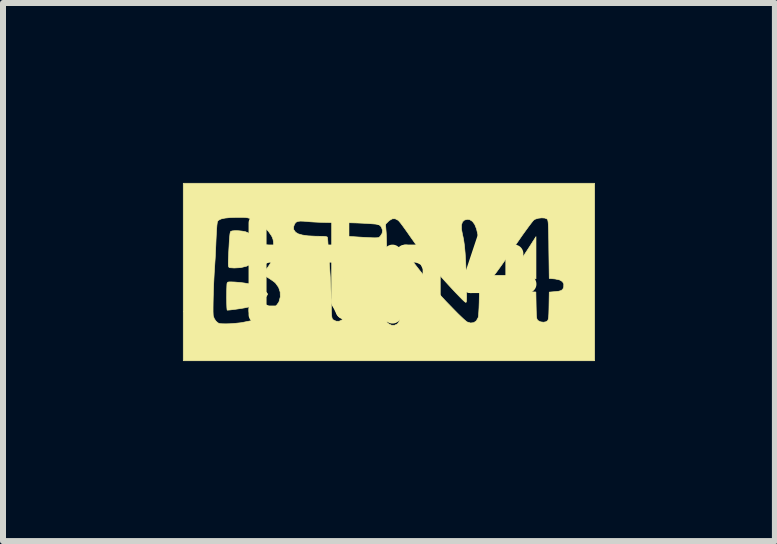
<source format=kicad_pcb>
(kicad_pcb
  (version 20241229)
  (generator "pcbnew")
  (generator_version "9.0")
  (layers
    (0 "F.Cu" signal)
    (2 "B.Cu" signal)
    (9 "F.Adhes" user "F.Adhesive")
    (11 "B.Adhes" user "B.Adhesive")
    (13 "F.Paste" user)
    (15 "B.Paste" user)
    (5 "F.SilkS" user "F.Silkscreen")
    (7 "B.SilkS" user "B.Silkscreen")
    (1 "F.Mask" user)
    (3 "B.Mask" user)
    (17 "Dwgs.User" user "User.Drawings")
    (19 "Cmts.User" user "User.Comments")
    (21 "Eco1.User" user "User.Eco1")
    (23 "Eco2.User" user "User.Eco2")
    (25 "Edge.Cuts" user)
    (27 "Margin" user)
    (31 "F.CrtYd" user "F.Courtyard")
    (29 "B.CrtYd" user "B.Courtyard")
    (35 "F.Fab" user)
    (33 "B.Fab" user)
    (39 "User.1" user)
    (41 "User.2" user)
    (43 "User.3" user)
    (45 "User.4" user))
  (footprint "btn4"
    (layer "F.Cu")
    (at 3.421 1.505)
    (property "Reference" "btn4" (at 0 0 0) (layer "F.SilkS") (effects (font (size 1.524 1.524) (thickness 0.3))))
    (attr through_hole)
    (fp_poly (pts (xy 2.465 -0.258) (xy 2.465 0.094) (xy 2.415 0.091) (xy 2.382 0.089) (xy 2.329 0.088) (xy 2.265 0.086) (xy 2.195 0.084) (xy 2.194 0.084) (xy 2.13 0.082) (xy 2.076 0.079) (xy 2.039 0.077) (xy 2.023 0.074) (xy 2.023 0.074) (xy 2.03 0.062) (xy 2.05 0.03) (xy 2.08 -0.017) (xy 2.119 -0.078) (xy 2.165 -0.149) (xy 2.201 -0.204) (xy 2.254 -0.284) (xy 2.304 -0.36) (xy 2.349 -0.429) (xy 2.386 -0.487) (xy 2.412 -0.528) (xy 2.422 -0.543) (xy 2.465 -0.61) (xy 2.465 -0.258)) (stroke (width 0.01) (type solid)) (fill yes) (layer "F.SilkS"))
    (fp_poly (pts (xy -2.492 -0.708) (xy -2.434 -0.702) (xy -2.382 -0.692) (xy -2.374 -0.69) (xy -2.299 -0.657) (xy -2.228 -0.609) (xy -2.171 -0.552) (xy -2.16 -0.537) (xy -2.137 -0.48) (xy -2.129 -0.412) (xy -2.139 -0.34) (xy -2.158 -0.286) (xy -2.206 -0.215) (xy -2.275 -0.159) (xy -2.361 -0.117) (xy -2.459 -0.093) (xy -2.567 -0.087) (xy -2.609 -0.09) (xy -2.628 -0.091) (xy -2.642 -0.092) (xy -2.652 -0.097) (xy -2.66 -0.109) (xy -2.664 -0.13) (xy -2.665 -0.164) (xy -2.664 -0.213) (xy -2.661 -0.281) (xy -2.657 -0.371) (xy -2.653 -0.441) (xy -2.648 -0.537) (xy -2.642 -0.608) (xy -2.637 -0.657) (xy -2.63 -0.687) (xy -2.623 -0.698) (xy -2.595 -0.706) (xy -2.548 -0.71) (xy -2.492 -0.708)) (stroke (width 0.01) (type solid)) (fill yes) (layer "F.SilkS"))
    (fp_poly (pts (xy -2.56 0.147) (xy -2.534 0.149) (xy -2.464 0.155) (xy -2.394 0.164) (xy -2.335 0.174) (xy -2.31 0.18) (xy -2.242 0.203) (xy -2.175 0.232) (xy -2.114 0.263) (xy -2.062 0.295) (xy -2.026 0.323) (xy -2.01 0.347) (xy -2.009 0.351) (xy -2.018 0.366) (xy -2.039 0.394) (xy -2.056 0.413) (xy -2.117 0.466) (xy -2.196 0.513) (xy -2.287 0.551) (xy -2.344 0.567) (xy -2.389 0.577) (xy -2.448 0.587) (xy -2.515 0.597) (xy -2.581 0.606) (xy -2.639 0.613) (xy -2.679 0.616) (xy -2.683 0.616) (xy -2.686 0.604) (xy -2.689 0.569) (xy -2.691 0.516) (xy -2.692 0.45) (xy -2.693 0.405) (xy -2.692 0.331) (xy -2.691 0.264) (xy -2.689 0.211) (xy -2.687 0.177) (xy -2.685 0.167) (xy -2.68 0.156) (xy -2.67 0.148) (xy -2.65 0.145) (xy -2.615 0.145) (xy -2.56 0.147)) (stroke (width 0.01) (type solid)) (fill yes) (layer "F.SilkS"))
    (fp_poly (pts (xy 3.443 1.46) (xy -3.416 1.46) (xy -3.416 0.575) (xy -2.919 0.575) (xy -2.919 0.643) (xy -2.917 0.691) (xy -2.915 0.713) (xy -2.898 0.758) (xy -2.869 0.8) (xy -2.865 0.803) (xy -2.845 0.822) (xy -2.825 0.834) (xy -2.8 0.841) (xy -2.763 0.843) (xy -2.705 0.844) (xy -2.702 0.844) (xy -2.63 0.842) (xy -2.546 0.835) (xy -2.466 0.827) (xy -2.445 0.824) (xy -2.285 0.792) (xy -2.148 0.748) (xy -2.075 0.716) (xy -2.023 0.683) (xy -1.965 0.638) (xy -1.909 0.587) (xy -1.861 0.535) (xy -1.827 0.489) (xy -1.82 0.476) (xy -1.798 0.395) (xy -1.8 0.314) (xy -1.826 0.236) (xy -1.875 0.168) (xy -1.884 0.158) (xy -1.913 0.135) (xy -1.956 0.105) (xy -2.004 0.074) (xy -2.05 0.046) (xy -2.085 0.027) (xy -2.095 0.023) (xy -2.094 0.011) (xy -2.078 -0.014) (xy -2.049 -0.048) (xy -2.045 -0.052) (xy -2.005 -0.101) (xy -1.967 -0.158) (xy -1.945 -0.198) (xy -1.928 -0.237) (xy -1.918 -0.272) (xy -1.912 -0.312) (xy -1.91 -0.365) (xy -1.909 -0.415) (xy -1.91 -0.481) (xy -1.913 -0.528) (xy -1.919 -0.563) (xy -1.93 -0.594) (xy -1.944 -0.623) (xy -1.997 -0.699) (xy -2.064 -0.767) (xy -1.579 -0.767) (xy -1.573 -0.725) (xy -1.544 -0.685) (xy -1.544 -0.684) (xy -1.5 -0.657) (xy -1.431 -0.637) (xy -1.337 -0.623) (xy -1.217 -0.617) (xy -1.158 -0.616) (xy -1.088 -0.615) (xy -1.043 -0.612) (xy -1.018 -0.605) (xy -1.013 -0.599) (xy -1.01 -0.581) (xy -1.006 -0.541) (xy -1.002 -0.483) (xy -0.997 -0.413) (xy -0.992 -0.348) (xy -0.986 -0.253) (xy -0.979 -0.149) (xy -0.972 -0.047) (xy -0.966 0.043) (xy -0.964 0.074) (xy -0.959 0.154) (xy -0.955 0.251) (xy -0.951 0.355) (xy -0.948 0.457) (xy -0.947 0.507) (xy -0.946 0.594) (xy -0.944 0.658) (xy -0.942 0.704) (xy -0.938 0.734) (xy -0.933 0.754) (xy -0.925 0.767) (xy -0.915 0.777) (xy -0.912 0.779) (xy -0.867 0.8) (xy -0.818 0.801) (xy -0.774 0.781) (xy -0.766 0.772) (xy -0.741 0.737) (xy -0.723 0.695) (xy -0.719 0.665) (xy -0.717 0.611) (xy -0.718 0.534) (xy -0.72 0.437) (xy -0.725 0.323) (xy -0.731 0.194) (xy -0.74 0.052) (xy -0.75 -0.101) (xy -0.757 -0.208) (xy -0.763 -0.295) (xy -0.769 -0.378) (xy -0.773 -0.452) (xy -0.776 -0.51) (xy -0.777 -0.547) (xy -0.777 -0.548) (xy -0.777 -0.62) (xy -0.626 -0.612) (xy -0.503 -0.604) (xy -0.404 -0.598) (xy -0.326 -0.594) (xy -0.266 -0.591) (xy -0.222 -0.59) (xy -0.191 -0.591) (xy -0.169 -0.593) (xy -0.155 -0.597) (xy -0.146 -0.603) (xy -0.138 -0.611) (xy -0.129 -0.62) (xy -0.1 -0.666) (xy -0.094 -0.718) (xy -0.113 -0.768) (xy -0.124 -0.783) (xy -0.137 -0.796) (xy -0.152 -0.806) (xy -0.174 -0.813) (xy -0.192 -0.816) (xy -0.044 -0.816) (xy -0.032 -0.673) (xy -0.03 -0.63) (xy -0.028 -0.565) (xy -0.026 -0.479) (xy -0.024 -0.376) (xy -0.022 -0.259) (xy -0.021 -0.133) (xy -0.021 0.001) (xy -0.02 0.139) (xy -0.02 0.145) (xy -0.02 0.82) (xy 0.012 0.845) (xy 0.056 0.867) (xy 0.105 0.868) (xy 0.148 0.849) (xy 0.158 0.841) (xy 0.17 0.825) (xy 0.181 0.806) (xy 0.19 0.781) (xy 0.197 0.747) (xy 0.203 0.704) (xy 0.207 0.647) (xy 0.21 0.575) (xy 0.212 0.485) (xy 0.213 0.375) (xy 0.214 0.243) (xy 0.214 0.116) (xy 0.214 -0.457) (xy 0.317 -0.319) (xy 0.412 -0.194) (xy 0.515 -0.061) (xy 0.621 0.072) (xy 0.723 0.196) (xy 0.788 0.275) (xy 0.839 0.333) (xy 0.898 0.398) (xy 0.963 0.468) (xy 1.031 0.538) (xy 1.098 0.607) (xy 1.161 0.671) (xy 1.218 0.726) (xy 1.265 0.77) (xy 1.3 0.8) (xy 1.316 0.812) (xy 1.374 0.83) (xy 1.427 0.824) (xy 1.47 0.794) (xy 1.499 0.743) (xy 1.503 0.73) (xy 1.507 0.701) (xy 1.511 0.648) (xy 1.515 0.576) (xy 1.518 0.488) (xy 1.52 0.387) (xy 1.522 0.277) (xy 1.523 0.19) (xy 1.676 0.19) (xy 1.679 0.228) (xy 1.701 0.258) (xy 1.71 0.264) (xy 1.725 0.271) (xy 1.745 0.277) (xy 1.776 0.282) (xy 1.819 0.286) (xy 1.879 0.29) (xy 1.957 0.294) (xy 2.058 0.298) (xy 2.105 0.3) (xy 2.463 0.313) (xy 2.467 0.539) (xy 2.469 0.622) (xy 2.471 0.683) (xy 2.474 0.725) (xy 2.478 0.753) (xy 2.484 0.77) (xy 2.493 0.782) (xy 2.503 0.792) (xy 2.543 0.811) (xy 2.59 0.817) (xy 2.633 0.809) (xy 2.657 0.793) (xy 2.665 0.78) (xy 2.671 0.758) (xy 2.676 0.724) (xy 2.679 0.673) (xy 2.681 0.603) (xy 2.682 0.542) (xy 2.686 0.315) (xy 2.782 0.307) (xy 2.845 0.3) (xy 2.886 0.288) (xy 2.911 0.268) (xy 2.925 0.237) (xy 2.927 0.228) (xy 2.928 0.178) (xy 2.905 0.139) (xy 2.858 0.112) (xy 2.786 0.096) (xy 2.766 0.094) (xy 2.686 0.087) (xy 2.679 -0.4) (xy 2.678 -0.527) (xy 2.676 -0.63) (xy 2.674 -0.711) (xy 2.672 -0.774) (xy 2.67 -0.821) (xy 2.667 -0.854) (xy 2.663 -0.877) (xy 2.659 -0.891) (xy 2.653 -0.9) (xy 2.646 -0.906) (xy 2.61 -0.92) (xy 2.56 -0.923) (xy 2.505 -0.917) (xy 2.455 -0.902) (xy 2.431 -0.888) (xy 2.414 -0.871) (xy 2.385 -0.834) (xy 2.344 -0.78) (xy 2.295 -0.713) (xy 2.238 -0.634) (xy 2.177 -0.546) (xy 2.118 -0.46) (xy 2.052 -0.365) (xy 1.989 -0.274) (xy 1.931 -0.191) (xy 1.879 -0.117) (xy 1.836 -0.058) (xy 1.805 -0.015) (xy 1.788 0.007) (xy 1.73 0.081) (xy 1.693 0.142) (xy 1.676 0.19) (xy 1.523 0.19) (xy 1.524 0.161) (xy 1.525 0.044) (xy 1.525 -0.072) (xy 1.524 -0.183) (xy 1.523 -0.285) (xy 1.521 -0.374) (xy 1.519 -0.448) (xy 1.515 -0.503) (xy 1.515 -0.513) (xy 1.497 -0.638) (xy 1.474 -0.737) (xy 1.444 -0.812) (xy 1.407 -0.863) (xy 1.363 -0.891) (xy 1.325 -0.898) (xy 1.274 -0.887) (xy 1.24 -0.857) (xy 1.223 -0.806) (xy 1.223 -0.735) (xy 1.24 -0.642) (xy 1.246 -0.619) (xy 1.26 -0.548) (xy 1.273 -0.453) (xy 1.284 -0.332) (xy 1.293 -0.186) (xy 1.3 -0.013) (xy 1.305 0.184) (xy 1.307 0.283) (xy 1.308 0.359) (xy 1.308 0.413) (xy 1.307 0.45) (xy 1.305 0.472) (xy 1.301 0.483) (xy 1.295 0.486) (xy 1.287 0.483) (xy 1.287 0.483) (xy 1.267 0.467) (xy 1.233 0.435) (xy 1.188 0.389) (xy 1.133 0.332) (xy 1.073 0.268) (xy 1.01 0.2) (xy 0.947 0.131) (xy 0.887 0.064) (xy 0.833 0.002) (xy 0.809 -0.027) (xy 0.67 -0.2) (xy 0.522 -0.396) (xy 0.369 -0.611) (xy 0.331 -0.666) (xy 0.285 -0.731) (xy 0.242 -0.79) (xy 0.206 -0.838) (xy 0.178 -0.871) (xy 0.165 -0.883) (xy 0.117 -0.908) (xy 0.069 -0.907) (xy 0.019 -0.878) (xy 0.003 -0.863) (xy -0.044 -0.816) (xy -0.192 -0.816) (xy -0.207 -0.819) (xy -0.257 -0.823) (xy -0.327 -0.828) (xy -0.355 -0.83) (xy -0.431 -0.834) (xy -0.526 -0.838) (xy -0.632 -0.841) (xy -0.742 -0.843) (xy -0.849 -0.844) (xy -0.87 -0.844) (xy -0.97 -0.845) (xy -1.07 -0.847) (xy -1.164 -0.85) (xy -1.246 -0.854) (xy -1.309 -0.858) (xy -1.326 -0.86) (xy -1.406 -0.867) (xy -1.465 -0.869) (xy -1.507 -0.863) (xy -1.535 -0.85) (xy -1.554 -0.828) (xy -1.56 -0.818) (xy -1.579 -0.767) (xy -2.064 -0.767) (xy -2.069 -0.773) (xy -2.156 -0.838) (xy -2.234 -0.881) (xy -2.277 -0.902) (xy -2.311 -0.915) (xy -2.343 -0.924) (xy -2.38 -0.929) (xy -2.428 -0.931) (xy -2.495 -0.931) (xy -2.512 -0.931) (xy -2.629 -0.928) (xy -2.72 -0.919) (xy -2.787 -0.904) (xy -2.829 -0.882) (xy -2.843 -0.866) (xy -2.849 -0.843) (xy -2.855 -0.795) (xy -2.86 -0.728) (xy -2.865 -0.644) (xy -2.869 -0.563) (xy -2.873 -0.463) (xy -2.878 -0.358) (xy -2.883 -0.255) (xy -2.889 -0.163) (xy -2.893 -0.1) (xy -2.899 -0.011) (xy -2.904 0.087) (xy -2.909 0.191) (xy -2.913 0.295) (xy -2.916 0.397) (xy -2.918 0.491) (xy -2.919 0.575) (xy -3.416 0.575) (xy -3.416 -1.5) (xy 3.443 -1.5) (xy 3.443 1.46)) (stroke (width 0.01) (type solid)) (fill yes) (layer "F.SilkS")))
  (gr_rect
    (start -3 -3)
    (end 9.869 5.971)
    (stroke (width 0.1) (type default))
    (fill no)
    (layer "Edge.Cuts")))
</source>
